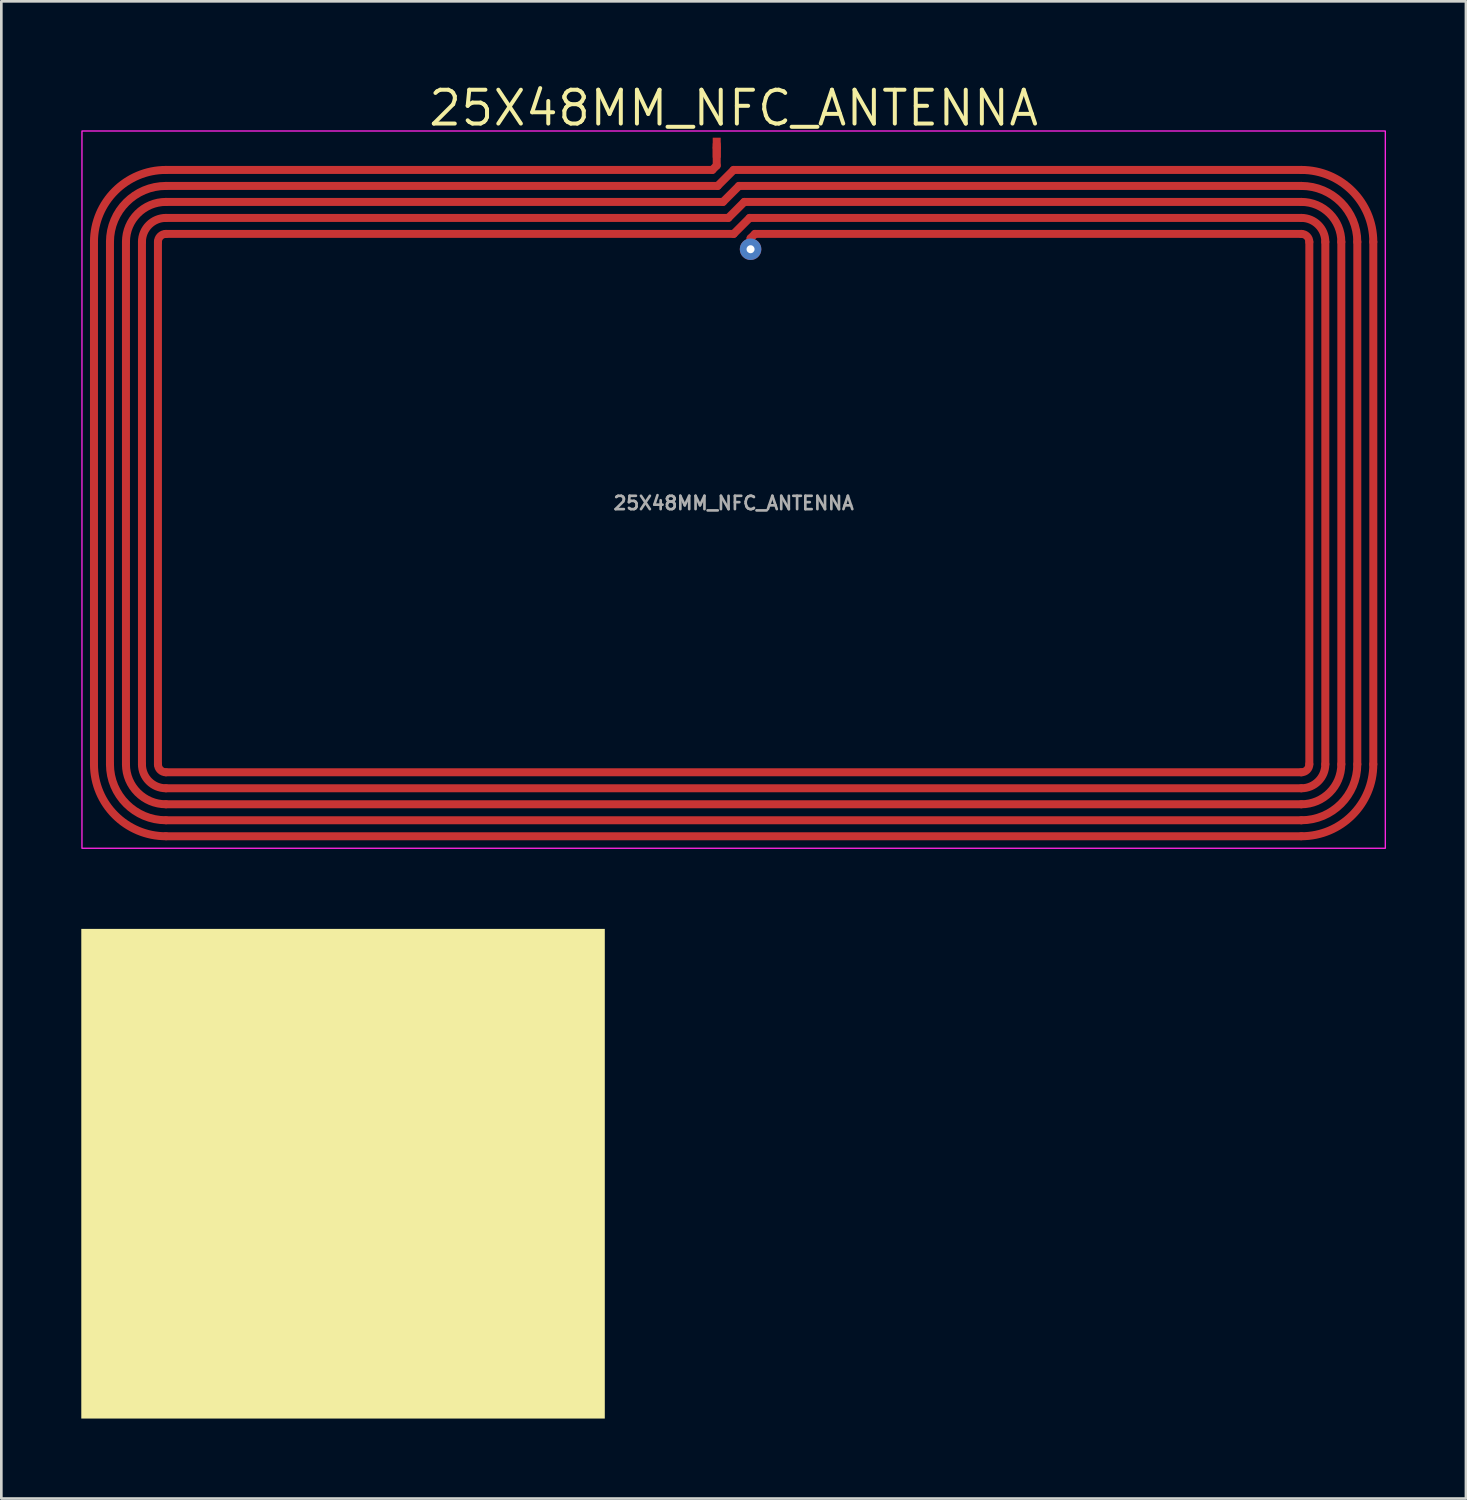
<source format=kicad_pcb>
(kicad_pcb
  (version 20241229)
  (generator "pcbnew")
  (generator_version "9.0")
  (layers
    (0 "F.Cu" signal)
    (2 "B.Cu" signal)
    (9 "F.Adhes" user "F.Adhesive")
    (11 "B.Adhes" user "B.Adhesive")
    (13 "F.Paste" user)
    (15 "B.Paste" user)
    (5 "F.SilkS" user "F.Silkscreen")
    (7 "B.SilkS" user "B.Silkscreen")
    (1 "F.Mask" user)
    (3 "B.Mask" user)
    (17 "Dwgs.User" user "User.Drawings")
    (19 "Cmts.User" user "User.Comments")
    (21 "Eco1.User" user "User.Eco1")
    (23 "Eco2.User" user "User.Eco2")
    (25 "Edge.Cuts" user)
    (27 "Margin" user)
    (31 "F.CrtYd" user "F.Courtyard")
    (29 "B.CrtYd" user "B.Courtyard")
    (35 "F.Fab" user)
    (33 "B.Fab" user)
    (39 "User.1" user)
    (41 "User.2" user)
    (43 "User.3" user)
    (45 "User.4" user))
  (footprint "624"
    (layer "F.Cu")
    (at 9.821 40.988)
    (property "Reference" "624" (at 0 0 0) (layer "F.SilkS") (effects (font (size 1.5 1.5) (thickness 0.3))))
    (attr board_only exclude_from_pos_files exclude_from_bom)
    (fp_poly (pts (xy 9.821 0) (xy 9.821 9.186) (xy 0 9.186) (xy -9.821 9.186) (xy -9.821 0) (xy -9.821 -9.186) (xy 0 -9.186) (xy 9.821 -9.186)) (stroke (width 0) (type solid)) (fill yes) (layer "F.SilkS")))
  (footprint "25X48MM_NFC_ANTENNA"
    (layer "F.Cu")
    (at 24.476 15.826)
    (property "Reference" "25X48MM_NFC_ANTENNA" (at 0 -14.82 0) (layer "F.SilkS") (effects (font (size 1.27 1.27) (thickness 0.15))))
    (fp_line (start -24 -9.8) (end -24 9.8) (stroke (width 0.3) (type default)) (layer "F.Cu"))
    (fp_line (start -23.4 -9.8) (end -23.4 9.8) (stroke (width 0.3) (type default)) (layer "F.Cu"))
    (fp_line (start -22.8 -9.8) (end -22.8 9.8) (stroke (width 0.3) (type default)) (layer "F.Cu"))
    (fp_line (start -22.2 -9.8) (end -22.2 9.8) (stroke (width 0.3) (type default)) (layer "F.Cu"))
    (fp_line (start -21.6 -9.8) (end -21.6 9.8) (stroke (width 0.3) (type default)) (layer "F.Cu"))
    (fp_line (start -21.3 -11.9) (end -0.6 -11.9) (stroke (width 0.3) (type default)) (layer "F.Cu"))
    (fp_line (start -21.3 -11.3) (end -0.4 -11.3) (stroke (width 0.3) (type default)) (layer "F.Cu"))
    (fp_line (start -21.3 -10.7) (end -0.2 -10.7) (stroke (width 0.3) (type default)) (layer "F.Cu"))
    (fp_line (start -21.3 -10.1) (end 0 -10.1) (stroke (width 0.3) (type default)) (layer "F.Cu"))
    (fp_line (start -21.3 10.1) (end 21.3 10.1) (stroke (width 0.3) (type default)) (layer "F.Cu"))
    (fp_line (start -21.3 10.7) (end 21.3 10.7) (stroke (width 0.3) (type default)) (layer "F.Cu"))
    (fp_line (start -21.3 11.3) (end 21.3 11.3) (stroke (width 0.3) (type default)) (layer "F.Cu"))
    (fp_line (start -21.3 11.9) (end 21.3 11.9) (stroke (width 0.3) (type default)) (layer "F.Cu"))
    (fp_line (start -21.3 12.5) (end 21.3 12.5) (stroke (width 0.3) (type default)) (layer "F.Cu"))
    (fp_line (start -0.8 -12.5) (end -21.3 -12.5) (stroke (width 0.3) (type default)) (layer "F.Cu"))
    (fp_line (start -0.635 -13.462) (end -0.635 -13.335) (stroke (width 0.3) (type default)) (layer "F.Cu"))
    (fp_line (start -0.635 -13.335) (end -0.635 -12.665) (stroke (width 0.3) (type default)) (layer "F.Cu"))
    (fp_line (start -0.635 -12.665) (end -0.8 -12.5) (stroke (width 0.3) (type default)) (layer "F.Cu"))
    (fp_line (start -0.6 -11.9) (end 0 -12.5) (stroke (width 0.3) (type default)) (layer "F.Cu"))
    (fp_line (start -0.4 -11.3) (end 0.2 -11.9) (stroke (width 0.3) (type default)) (layer "F.Cu"))
    (fp_line (start -0.2 -10.7) (end 0.4 -11.3) (stroke (width 0.3) (type default)) (layer "F.Cu"))
    (fp_line (start 0 -12.5) (end 21.3 -12.5) (stroke (width 0.3) (type default)) (layer "F.Cu"))
    (fp_line (start 0 -10.1) (end 0.6 -10.7) (stroke (width 0.3) (type default)) (layer "F.Cu"))
    (fp_line (start 0.2 -11.9) (end 21.3 -11.9) (stroke (width 0.3) (type default)) (layer "F.Cu"))
    (fp_line (start 0.4 -11.3) (end 21.3 -11.3) (stroke (width 0.3) (type default)) (layer "F.Cu"))
    (fp_line (start 0.6 -10.7) (end 21.3 -10.7) (stroke (width 0.3) (type default)) (layer "F.Cu"))
    (fp_line (start 0.635 -9.935) (end 0.635 -9.525) (stroke (width 0.3) (type default)) (layer "F.Cu"))
    (fp_line (start 0.8 -10.1) (end 0.635 -9.935) (stroke (width 0.3) (type default)) (layer "F.Cu"))
    (fp_line (start 21.3 -10.1) (end 0.8 -10.1) (stroke (width 0.3) (type default)) (layer "F.Cu"))
    (fp_line (start 21.6 -9.8) (end 21.6 9.8) (stroke (width 0.3) (type default)) (layer "F.Cu"))
    (fp_line (start 22.2 -9.8) (end 22.2 9.8) (stroke (width 0.3) (type default)) (layer "F.Cu"))
    (fp_line (start 22.8 -9.8) (end 22.8 9.8) (stroke (width 0.3) (type default)) (layer "F.Cu"))
    (fp_line (start 23.4 -9.8) (end 23.4 9.8) (stroke (width 0.3) (type default)) (layer "F.Cu"))
    (fp_line (start 24 -9.8) (end 24 9.8) (stroke (width 0.3) (type default)) (layer "F.Cu"))
    (fp_arc (start -24 -9.8001) (mid -23.209159 -11.709359) (end -21.2999 -12.5001) (stroke (width 0.3) (type default)) (layer "F.Cu"))
    (fp_arc (start -23.4 -9.8001) (mid -22.784789 -11.284901) (end -21.2999 -11.8999) (stroke (width 0.3) (type default)) (layer "F.Cu"))
    (fp_arc (start -22.8001 -9.8001) (mid -22.360683 -10.860796) (end -21.2999 -11.3) (stroke (width 0.3) (type default)) (layer "F.Cu"))
    (fp_arc (start -22.1999 -9.8001) (mid -21.936296 -10.436496) (end -21.2999 -10.7) (stroke (width 0.3) (type default)) (layer "F.Cu"))
    (fp_arc (start -21.5999 -9.8001) (mid -21.512032 -10.012232) (end -21.2999 -10.1001) (stroke (width 0.3) (type default)) (layer "F.Cu"))
    (fp_arc (start -21.2999 10.1001) (mid -21.512032 10.012232) (end -21.5999 9.8001) (stroke (width 0.3) (type default)) (layer "F.Cu"))
    (fp_arc (start -21.2999 10.7) (mid -21.936225 10.436425) (end -22.1999 9.8001) (stroke (width 0.3) (type default)) (layer "F.Cu"))
    (fp_arc (start -21.2999 11.3) (mid -22.360683 10.860796) (end -22.8001 9.8001) (stroke (width 0.3) (type default)) (layer "F.Cu"))
    (fp_arc (start -21.2999 11.8999) (mid -22.784789 11.284901) (end -23.4 9.8001) (stroke (width 0.3) (type default)) (layer "F.Cu"))
    (fp_arc (start -21.2999 12.5001) (mid -23.209088 11.709288) (end -24 9.8001) (stroke (width 0.3) (type default)) (layer "F.Cu"))
    (fp_arc (start 21.2999 -12.5001) (mid 23.209088 -11.709288) (end 24 -9.8001) (stroke (width 0.3) (type default)) (layer "F.Cu"))
    (fp_arc (start 21.2999 -11.8999) (mid 22.784789 -11.284901) (end 23.4 -9.8001) (stroke (width 0.3) (type default)) (layer "F.Cu"))
    (fp_arc (start 21.2999 -11.3) (mid 22.360683 -10.860796) (end 22.8001 -9.8001) (stroke (width 0.3) (type default)) (layer "F.Cu"))
    (fp_arc (start 21.2999 -10.7) (mid 21.936225 -10.436425) (end 22.1999 -9.8001) (stroke (width 0.3) (type default)) (layer "F.Cu"))
    (fp_arc (start 21.2999 -10.1001) (mid 21.512032 -10.012232) (end 21.5999 -9.8001) (stroke (width 0.3) (type default)) (layer "F.Cu"))
    (fp_arc (start 21.5999 9.8001) (mid 21.512032 10.012232) (end 21.2999 10.1001) (stroke (width 0.3) (type default)) (layer "F.Cu"))
    (fp_arc (start 22.1999 9.8001) (mid 21.936296 10.436496) (end 21.2999 10.7) (stroke (width 0.3) (type default)) (layer "F.Cu"))
    (fp_arc (start 22.8001 9.8001) (mid 22.360683 10.860796) (end 21.2999 11.3) (stroke (width 0.3) (type default)) (layer "F.Cu"))
    (fp_arc (start 23.4 9.8001) (mid 22.784789 11.284901) (end 21.2999 11.8999) (stroke (width 0.3) (type default)) (layer "F.Cu"))
    (fp_arc (start 24 9.8001) (mid 23.209159 11.709359) (end 21.2999 12.5001) (stroke (width 0.3) (type default)) (layer "F.Cu"))
    (fp_line (start -24 -9.8) (end -24 9.8) (stroke (width 0.402) (type default)) (layer "F.Mask"))
    (fp_line (start -23.4 -9.8) (end -23.4 9.8) (stroke (width 0.402) (type default)) (layer "F.Mask"))
    (fp_line (start -22.8 -9.8) (end -22.8 9.8) (stroke (width 0.402) (type default)) (layer "F.Mask"))
    (fp_line (start -22.2 -9.8) (end -22.2 9.8) (stroke (width 0.402) (type default)) (layer "F.Mask"))
    (fp_line (start -21.6 -9.8) (end -21.6 9.8) (stroke (width 0.402) (type default)) (layer "F.Mask"))
    (fp_line (start -21.3 -11.9) (end -0.6 -11.9) (stroke (width 0.402) (type default)) (layer "F.Mask"))
    (fp_line (start -21.3 -11.3) (end -0.4 -11.3) (stroke (width 0.402) (type default)) (layer "F.Mask"))
    (fp_line (start -21.3 -10.7) (end -0.2 -10.7) (stroke (width 0.402) (type default)) (layer "F.Mask"))
    (fp_line (start -21.3 -10.1) (end 0 -10.1) (stroke (width 0.402) (type default)) (layer "F.Mask"))
    (fp_line (start -21.3 10.1) (end 21.3 10.1) (stroke (width 0.402) (type default)) (layer "F.Mask"))
    (fp_line (start -21.3 10.7) (end 21.3 10.7) (stroke (width 0.402) (type default)) (layer "F.Mask"))
    (fp_line (start -21.3 11.3) (end 21.3 11.3) (stroke (width 0.402) (type default)) (layer "F.Mask"))
    (fp_line (start -21.3 11.9) (end 21.3 11.9) (stroke (width 0.402) (type default)) (layer "F.Mask"))
    (fp_line (start -21.3 12.5) (end 21.3 12.5) (stroke (width 0.402) (type default)) (layer "F.Mask"))
    (fp_line (start -0.8 -12.5) (end -21.3 -12.5) (stroke (width 0.402) (type default)) (layer "F.Mask"))
    (fp_line (start -0.635 -13.462) (end -0.635 -13.335) (stroke (width 0.402) (type default)) (layer "F.Mask"))
    (fp_line (start -0.635 -13.335) (end -0.635 -12.665) (stroke (width 0.402) (type default)) (layer "F.Mask"))
    (fp_line (start -0.635 -12.665) (end -0.8 -12.5) (stroke (width 0.402) (type default)) (layer "F.Mask"))
    (fp_line (start -0.6 -11.9) (end 0 -12.5) (stroke (width 0.402) (type default)) (layer "F.Mask"))
    (fp_line (start -0.4 -11.3) (end 0.2 -11.9) (stroke (width 0.402) (type default)) (layer "F.Mask"))
    (fp_line (start -0.2 -10.7) (end 0.4 -11.3) (stroke (width 0.402) (type default)) (layer "F.Mask"))
    (fp_line (start 0 -12.5) (end 21.3 -12.5) (stroke (width 0.402) (type default)) (layer "F.Mask"))
    (fp_line (start 0 -10.1) (end 0.6 -10.7) (stroke (width 0.402) (type default)) (layer "F.Mask"))
    (fp_line (start 0.2 -11.9) (end 21.3 -11.9) (stroke (width 0.402) (type default)) (layer "F.Mask"))
    (fp_line (start 0.4 -11.3) (end 21.3 -11.3) (stroke (width 0.402) (type default)) (layer "F.Mask"))
    (fp_line (start 0.6 -10.7) (end 21.3 -10.7) (stroke (width 0.402) (type default)) (layer "F.Mask"))
    (fp_line (start 0.635 -9.935) (end 0.635 -9.525) (stroke (width 0.402) (type default)) (layer "F.Mask"))
    (fp_line (start 0.8 -10.1) (end 0.635 -9.935) (stroke (width 0.402) (type default)) (layer "F.Mask"))
    (fp_line (start 21.3 -10.1) (end 0.8 -10.1) (stroke (width 0.402) (type default)) (layer "F.Mask"))
    (fp_line (start 21.6 -9.8) (end 21.6 9.8) (stroke (width 0.402) (type default)) (layer "F.Mask"))
    (fp_line (start 22.2 -9.8) (end 22.2 9.8) (stroke (width 0.402) (type default)) (layer "F.Mask"))
    (fp_line (start 22.8 -9.8) (end 22.8 9.8) (stroke (width 0.402) (type default)) (layer "F.Mask"))
    (fp_line (start 23.4 -9.8) (end 23.4 9.8) (stroke (width 0.402) (type default)) (layer "F.Mask"))
    (fp_line (start 24 -9.8) (end 24 9.8) (stroke (width 0.402) (type default)) (layer "F.Mask"))
    (fp_arc (start -24 -9.8001) (mid -23.209159 -11.709359) (end -21.2999 -12.5001) (stroke (width 0.4016) (type default)) (layer "F.Mask"))
    (fp_arc (start -23.4 -9.8001) (mid -22.784789 -11.284901) (end -21.2999 -11.8999) (stroke (width 0.4016) (type default)) (layer "F.Mask"))
    (fp_arc (start -22.8001 -9.8001) (mid -22.360683 -10.860796) (end -21.2999 -11.3) (stroke (width 0.4016) (type default)) (layer "F.Mask"))
    (fp_arc (start -22.1999 -9.8001) (mid -21.936296 -10.436496) (end -21.2999 -10.7) (stroke (width 0.4016) (type default)) (layer "F.Mask"))
    (fp_arc (start -21.5999 -9.8001) (mid -21.512032 -10.012232) (end -21.2999 -10.1001) (stroke (width 0.4016) (type default)) (layer "F.Mask"))
    (fp_arc (start -21.2999 10.1001) (mid -21.512032 10.012232) (end -21.5999 9.8001) (stroke (width 0.4016) (type default)) (layer "F.Mask"))
    (fp_arc (start -21.2999 10.7) (mid -21.936225 10.436425) (end -22.1999 9.8001) (stroke (width 0.4016) (type default)) (layer "F.Mask"))
    (fp_arc (start -21.2999 11.3) (mid -22.360683 10.860796) (end -22.8001 9.8001) (stroke (width 0.4016) (type default)) (layer "F.Mask"))
    (fp_arc (start -21.2999 11.8999) (mid -22.784789 11.284901) (end -23.4 9.8001) (stroke (width 0.4016) (type default)) (layer "F.Mask"))
    (fp_arc (start -21.2999 12.5001) (mid -23.209088 11.709288) (end -24 9.8001) (stroke (width 0.4016) (type default)) (layer "F.Mask"))
    (fp_arc (start 21.2999 -12.5001) (mid 23.209088 -11.709288) (end 24 -9.8001) (stroke (width 0.4016) (type default)) (layer "F.Mask"))
    (fp_arc (start 21.2999 -11.8999) (mid 22.784789 -11.284901) (end 23.4 -9.8001) (stroke (width 0.4016) (type default)) (layer "F.Mask"))
    (fp_arc (start 21.2999 -11.3) (mid 22.360683 -10.860796) (end 22.8001 -9.8001) (stroke (width 0.4016) (type default)) (layer "F.Mask"))
    (fp_arc (start 21.2999 -10.7) (mid 21.936225 -10.436425) (end 22.1999 -9.8001) (stroke (width 0.4016) (type default)) (layer "F.Mask"))
    (fp_arc (start 21.2999 -10.1001) (mid 21.512032 -10.012232) (end 21.5999 -9.8001) (stroke (width 0.4016) (type default)) (layer "F.Mask"))
    (fp_arc (start 21.5999 9.8001) (mid 21.512032 10.012232) (end 21.2999 10.1001) (stroke (width 0.4016) (type default)) (layer "F.Mask"))
    (fp_arc (start 22.1999 9.8001) (mid 21.936296 10.436496) (end 21.2999 10.7) (stroke (width 0.4016) (type default)) (layer "F.Mask"))
    (fp_arc (start 22.8001 9.8001) (mid 22.360683 10.860796) (end 21.2999 11.3) (stroke (width 0.4016) (type default)) (layer "F.Mask"))
    (fp_arc (start 23.4 9.8001) (mid 22.784789 11.284901) (end 21.2999 11.8999) (stroke (width 0.4016) (type default)) (layer "F.Mask"))
    (fp_arc (start 24 9.8001) (mid 23.209159 11.709359) (end 21.2999 12.5001) (stroke (width 0.4016) (type default)) (layer "F.Mask"))
    (fp_rect (start -24.451 -13.96) (end 24.451 12.951) (stroke (width 0.05) (type default)) (fill no) (layer "F.CrtYd"))
    (fp_text user "${REFERENCE}" (at 0 0 0) (layer "F.Fab") (effects (font (size 0.5 0.5) (thickness 0.1))))
    (pad "P$1" smd rect (at -0.635 -13.335 90) (size 0.75 0.3) (layers "F.Cu" "F.Mask" "F.Paste"))
    (pad "P$2" thru_hole oval (at 0.635 -9.525) (size 0.808 0.808) (drill oval 0.3 0.3) (layers "*.Cu" "*.Mask")))
  (gr_rect
    (start -3 -3)
    (end 51.952 53.175)
    (stroke (width 0.1) (type default))
    (fill no)
    (layer "Edge.Cuts")))
</source>
